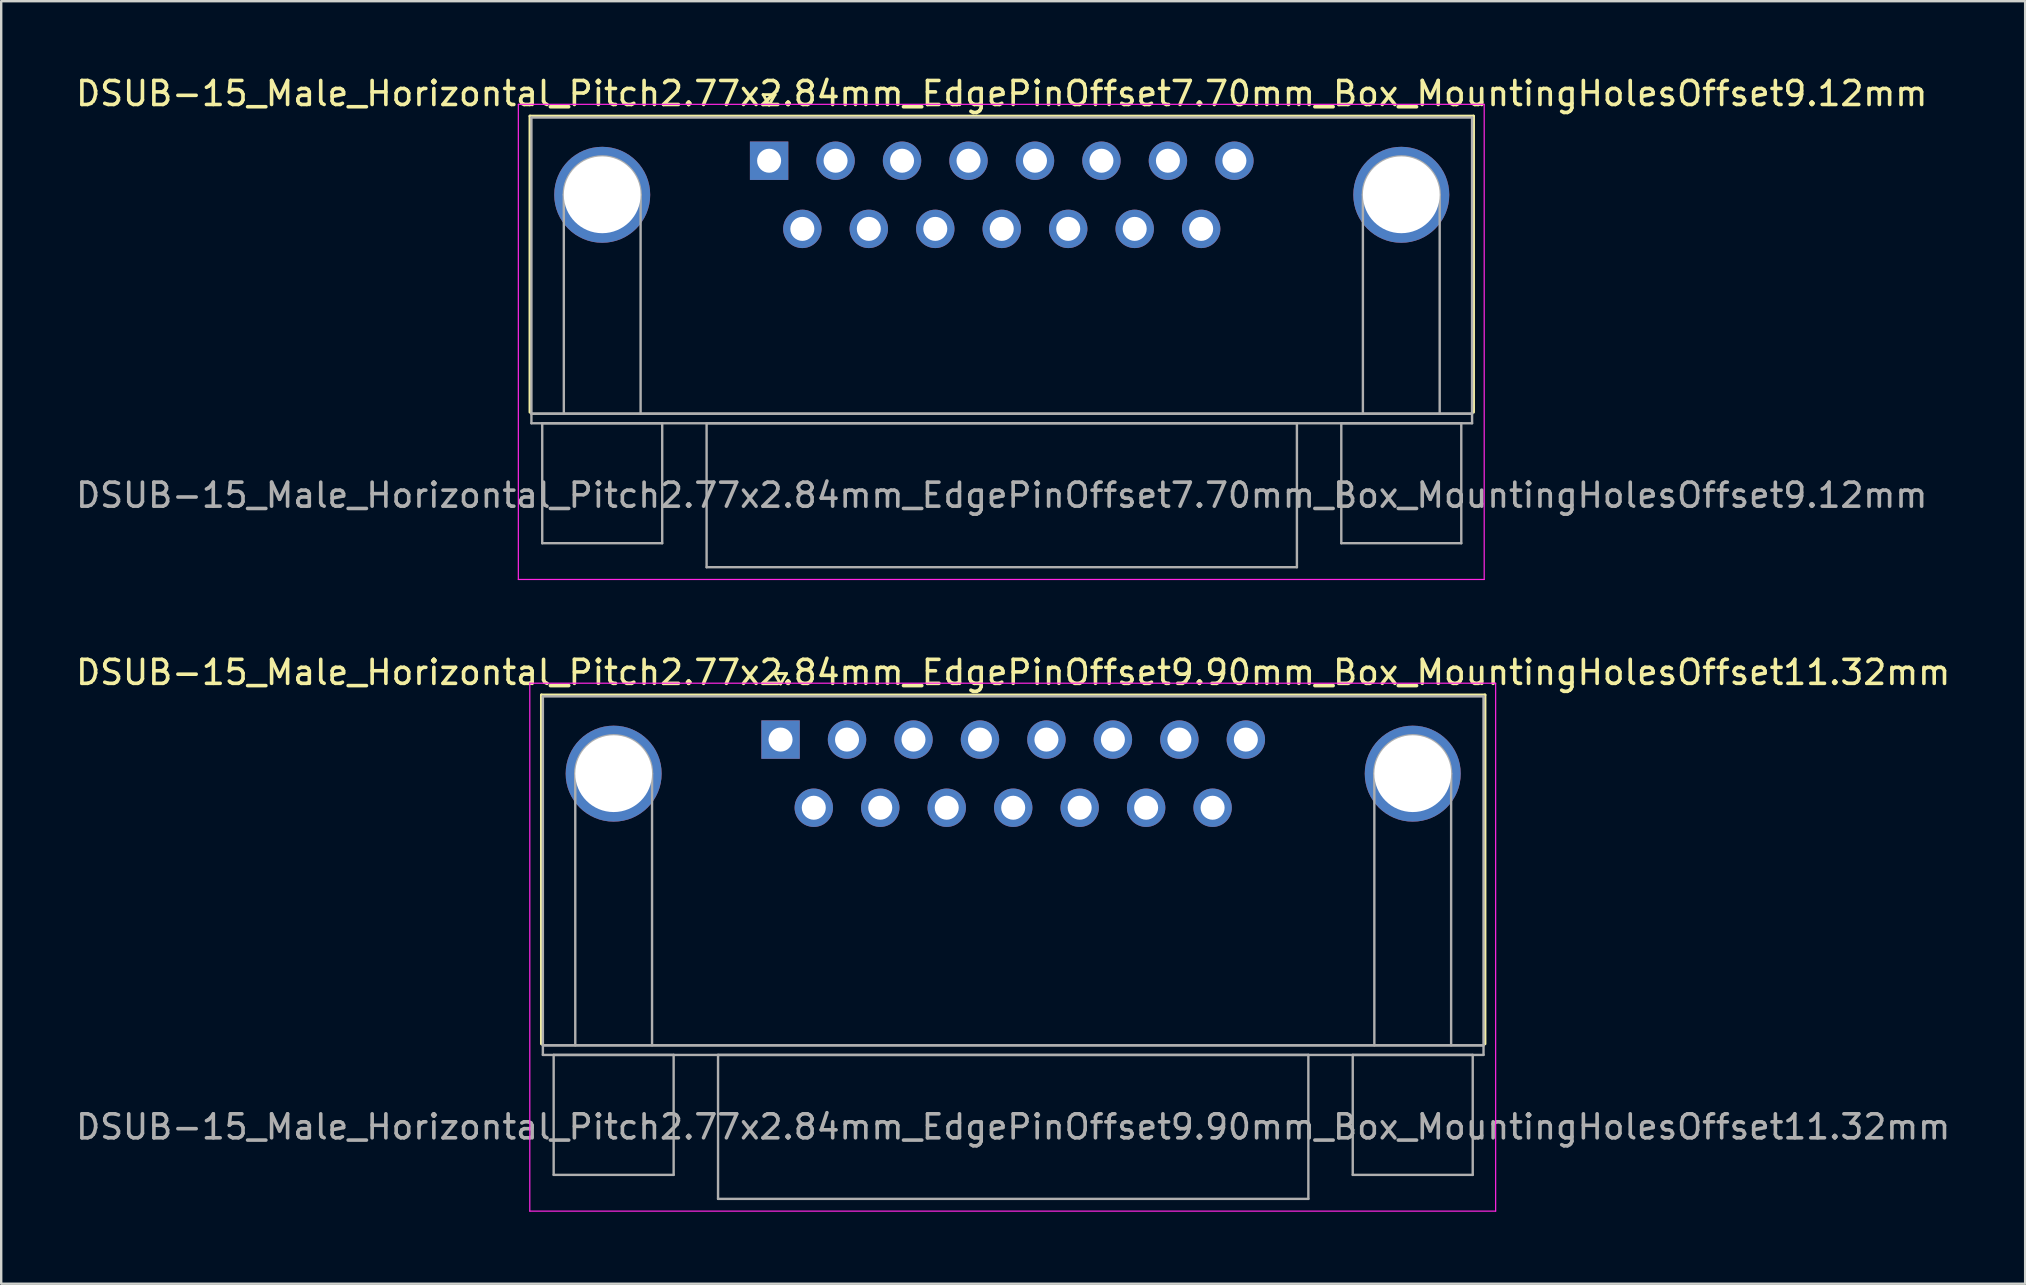
<source format=kicad_pcb>
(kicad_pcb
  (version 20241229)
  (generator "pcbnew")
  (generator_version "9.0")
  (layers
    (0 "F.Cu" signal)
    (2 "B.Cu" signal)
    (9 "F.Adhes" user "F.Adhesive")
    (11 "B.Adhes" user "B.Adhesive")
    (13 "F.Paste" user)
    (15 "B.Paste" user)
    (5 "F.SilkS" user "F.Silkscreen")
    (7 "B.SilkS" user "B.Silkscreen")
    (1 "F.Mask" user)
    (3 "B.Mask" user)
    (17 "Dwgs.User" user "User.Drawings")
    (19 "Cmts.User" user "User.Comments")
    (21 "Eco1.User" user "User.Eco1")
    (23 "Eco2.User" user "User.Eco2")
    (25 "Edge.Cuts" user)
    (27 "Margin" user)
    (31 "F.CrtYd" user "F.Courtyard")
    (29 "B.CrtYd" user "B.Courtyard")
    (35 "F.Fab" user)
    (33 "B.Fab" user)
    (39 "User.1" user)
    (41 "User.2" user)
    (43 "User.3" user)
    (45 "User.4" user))
  (footprint "DSUB-15_Male_Horizontal_Pitch2.77x2.84mm_EdgePinOffset7.70mm_Box_MountingHolesOffset9.12mm"
    (layer "F.Cu")
    (at 29.001 3.648)
    (property "Reference" "DSUB-15_Male_Horizontal_Pitch2.77x2.84mm_EdgePinOffset7.70mm_Box_MountingHolesOffset9.12mm" (at 9.695 -2.8 0) (layer "F.SilkS") (effects (font (size 1 1) (thickness 0.15))))
    (attr through_hole)
    (fp_line (start -9.965 -1.86) (end 29.355 -1.86) (stroke (width 0.12) (type solid)) (layer "F.SilkS"))
    (fp_line (start -9.965 10.48) (end -9.965 -1.86) (stroke (width 0.12) (type solid)) (layer "F.SilkS"))
    (fp_line (start -0.25 -2.754) (end 0.25 -2.754) (stroke (width 0.12) (type solid)) (layer "F.SilkS"))
    (fp_line (start 0 -2.321) (end -0.25 -2.754) (stroke (width 0.12) (type solid)) (layer "F.SilkS"))
    (fp_line (start 0.25 -2.754) (end 0 -2.321) (stroke (width 0.12) (type solid)) (layer "F.SilkS"))
    (fp_line (start 29.355 -1.86) (end 29.355 10.48) (stroke (width 0.12) (type solid)) (layer "F.SilkS"))
    (fp_line (start -10.45 -2.35) (end -10.45 17.45) (stroke (width 0.05) (type solid)) (layer "F.CrtYd"))
    (fp_line (start -10.45 17.45) (end 29.8 17.45) (stroke (width 0.05) (type solid)) (layer "F.CrtYd"))
    (fp_line (start 29.8 -2.35) (end -10.45 -2.35) (stroke (width 0.05) (type solid)) (layer "F.CrtYd"))
    (fp_line (start 29.8 17.45) (end 29.8 -2.35) (stroke (width 0.05) (type solid)) (layer "F.CrtYd"))
    (fp_line (start -9.905 -1.8) (end -9.905 10.54) (stroke (width 0.1) (type solid)) (layer "F.Fab"))
    (fp_line (start -9.905 10.54) (end -9.905 10.94) (stroke (width 0.1) (type solid)) (layer "F.Fab"))
    (fp_line (start -9.905 10.54) (end 29.295 10.54) (stroke (width 0.1) (type solid)) (layer "F.Fab"))
    (fp_line (start -9.905 10.94) (end 29.295 10.94) (stroke (width 0.1) (type solid)) (layer "F.Fab"))
    (fp_line (start -9.455 10.94) (end -9.455 15.94) (stroke (width 0.1) (type solid)) (layer "F.Fab"))
    (fp_line (start -9.455 15.94) (end -4.455 15.94) (stroke (width 0.1) (type solid)) (layer "F.Fab"))
    (fp_line (start -8.555 10.54) (end -8.555 1.42) (stroke (width 0.1) (type solid)) (layer "F.Fab"))
    (fp_line (start -5.355 10.54) (end -5.355 1.42) (stroke (width 0.1) (type solid)) (layer "F.Fab"))
    (fp_line (start -4.455 10.94) (end -9.455 10.94) (stroke (width 0.1) (type solid)) (layer "F.Fab"))
    (fp_line (start -4.455 15.94) (end -4.455 10.94) (stroke (width 0.1) (type solid)) (layer "F.Fab"))
    (fp_line (start -2.605 10.94) (end -2.605 16.94) (stroke (width 0.1) (type solid)) (layer "F.Fab"))
    (fp_line (start -2.605 16.94) (end 21.995 16.94) (stroke (width 0.1) (type solid)) (layer "F.Fab"))
    (fp_line (start 21.995 10.94) (end -2.605 10.94) (stroke (width 0.1) (type solid)) (layer "F.Fab"))
    (fp_line (start 21.995 16.94) (end 21.995 10.94) (stroke (width 0.1) (type solid)) (layer "F.Fab"))
    (fp_line (start 23.845 10.94) (end 23.845 15.94) (stroke (width 0.1) (type solid)) (layer "F.Fab"))
    (fp_line (start 23.845 15.94) (end 28.845 15.94) (stroke (width 0.1) (type solid)) (layer "F.Fab"))
    (fp_line (start 24.745 10.54) (end 24.745 1.42) (stroke (width 0.1) (type solid)) (layer "F.Fab"))
    (fp_line (start 27.945 10.54) (end 27.945 1.42) (stroke (width 0.1) (type solid)) (layer "F.Fab"))
    (fp_line (start 28.845 10.94) (end 23.845 10.94) (stroke (width 0.1) (type solid)) (layer "F.Fab"))
    (fp_line (start 28.845 15.94) (end 28.845 10.94) (stroke (width 0.1) (type solid)) (layer "F.Fab"))
    (fp_line (start 29.295 -1.8) (end -9.905 -1.8) (stroke (width 0.1) (type solid)) (layer "F.Fab"))
    (fp_line (start 29.295 10.54) (end -9.905 10.54) (stroke (width 0.1) (type solid)) (layer "F.Fab"))
    (fp_line (start 29.295 10.54) (end 29.295 -1.8) (stroke (width 0.1) (type solid)) (layer "F.Fab"))
    (fp_line (start 29.295 10.94) (end 29.295 10.54) (stroke (width 0.1) (type solid)) (layer "F.Fab"))
    (fp_arc (start -8.555 1.42) (mid -6.955 -0.18) (end -5.355 1.42) (stroke (width 0.1) (type solid)) (layer "F.Fab"))
    (fp_arc (start 24.745 1.42) (mid 26.345 -0.18) (end 27.945 1.42) (stroke (width 0.1) (type solid)) (layer "F.Fab"))
    (fp_text user "${REFERENCE}" (at 9.695 13.94 0) (layer "F.Fab") (effects (font (size 1 1) (thickness 0.15))))
    (pad "0" thru_hole circle (at -6.955 1.42) (size 4 4) (drill 3.2) (layers "*.Cu" "*.Mask"))
    (pad "0" thru_hole circle (at 26.345 1.42) (size 4 4) (drill 3.2) (layers "*.Cu" "*.Mask"))
    (pad "1" thru_hole rect (at 0 0) (size 1.6 1.6) (drill 1) (layers "*.Cu" "*.Mask"))
    (pad "2" thru_hole circle (at 2.77 0) (size 1.6 1.6) (drill 1) (layers "*.Cu" "*.Mask"))
    (pad "3" thru_hole circle (at 5.54 0) (size 1.6 1.6) (drill 1) (layers "*.Cu" "*.Mask"))
    (pad "4" thru_hole circle (at 8.31 0) (size 1.6 1.6) (drill 1) (layers "*.Cu" "*.Mask"))
    (pad "5" thru_hole circle (at 11.08 0) (size 1.6 1.6) (drill 1) (layers "*.Cu" "*.Mask"))
    (pad "6" thru_hole circle (at 13.85 0) (size 1.6 1.6) (drill 1) (layers "*.Cu" "*.Mask"))
    (pad "7" thru_hole circle (at 16.62 0) (size 1.6 1.6) (drill 1) (layers "*.Cu" "*.Mask"))
    (pad "8" thru_hole circle (at 19.39 0) (size 1.6 1.6) (drill 1) (layers "*.Cu" "*.Mask"))
    (pad "9" thru_hole circle (at 1.385 2.84) (size 1.6 1.6) (drill 1) (layers "*.Cu" "*.Mask"))
    (pad "10" thru_hole circle (at 4.155 2.84) (size 1.6 1.6) (drill 1) (layers "*.Cu" "*.Mask"))
    (pad "11" thru_hole circle (at 6.925 2.84) (size 1.6 1.6) (drill 1) (layers "*.Cu" "*.Mask"))
    (pad "12" thru_hole circle (at 9.695 2.84) (size 1.6 1.6) (drill 1) (layers "*.Cu" "*.Mask"))
    (pad "13" thru_hole circle (at 12.465 2.84) (size 1.6 1.6) (drill 1) (layers "*.Cu" "*.Mask"))
    (pad "14" thru_hole circle (at 15.235 2.84) (size 1.6 1.6) (drill 1) (layers "*.Cu" "*.Mask"))
    (pad "15" thru_hole circle (at 18.005 2.84) (size 1.6 1.6) (drill 1) (layers "*.Cu" "*.Mask")))
  (footprint "DSUB-15_Male_Horizontal_Pitch2.77x2.84mm_EdgePinOffset9.90mm_Box_MountingHolesOffset11.32mm"
    (layer "F.Cu")
    (at 29.478 27.771)
    (property "Reference" "DSUB-15_Male_Horizontal_Pitch2.77x2.84mm_EdgePinOffset9.90mm_Box_MountingHolesOffset11.32mm" (at 9.695 -2.8 0) (layer "F.SilkS") (effects (font (size 1 1) (thickness 0.15))))
    (attr through_hole)
    (fp_line (start -9.965 -1.86) (end 29.355 -1.86) (stroke (width 0.12) (type solid)) (layer "F.SilkS"))
    (fp_line (start -9.965 12.68) (end -9.965 -1.86) (stroke (width 0.12) (type solid)) (layer "F.SilkS"))
    (fp_line (start -0.25 -2.754) (end 0.25 -2.754) (stroke (width 0.12) (type solid)) (layer "F.SilkS"))
    (fp_line (start 0 -2.321) (end -0.25 -2.754) (stroke (width 0.12) (type solid)) (layer "F.SilkS"))
    (fp_line (start 0.25 -2.754) (end 0 -2.321) (stroke (width 0.12) (type solid)) (layer "F.SilkS"))
    (fp_line (start 29.355 -1.86) (end 29.355 12.68) (stroke (width 0.12) (type solid)) (layer "F.SilkS"))
    (fp_line (start -10.45 -2.35) (end -10.45 19.65) (stroke (width 0.05) (type solid)) (layer "F.CrtYd"))
    (fp_line (start -10.45 19.65) (end 29.8 19.65) (stroke (width 0.05) (type solid)) (layer "F.CrtYd"))
    (fp_line (start 29.8 -2.35) (end -10.45 -2.35) (stroke (width 0.05) (type solid)) (layer "F.CrtYd"))
    (fp_line (start 29.8 19.65) (end 29.8 -2.35) (stroke (width 0.05) (type solid)) (layer "F.CrtYd"))
    (fp_line (start -9.905 -1.8) (end -9.905 12.74) (stroke (width 0.1) (type solid)) (layer "F.Fab"))
    (fp_line (start -9.905 12.74) (end -9.905 13.14) (stroke (width 0.1) (type solid)) (layer "F.Fab"))
    (fp_line (start -9.905 12.74) (end 29.295 12.74) (stroke (width 0.1) (type solid)) (layer "F.Fab"))
    (fp_line (start -9.905 13.14) (end 29.295 13.14) (stroke (width 0.1) (type solid)) (layer "F.Fab"))
    (fp_line (start -9.455 13.14) (end -9.455 18.14) (stroke (width 0.1) (type solid)) (layer "F.Fab"))
    (fp_line (start -9.455 18.14) (end -4.455 18.14) (stroke (width 0.1) (type solid)) (layer "F.Fab"))
    (fp_line (start -8.555 12.74) (end -8.555 1.42) (stroke (width 0.1) (type solid)) (layer "F.Fab"))
    (fp_line (start -5.355 12.74) (end -5.355 1.42) (stroke (width 0.1) (type solid)) (layer "F.Fab"))
    (fp_line (start -4.455 13.14) (end -9.455 13.14) (stroke (width 0.1) (type solid)) (layer "F.Fab"))
    (fp_line (start -4.455 18.14) (end -4.455 13.14) (stroke (width 0.1) (type solid)) (layer "F.Fab"))
    (fp_line (start -2.605 13.14) (end -2.605 19.14) (stroke (width 0.1) (type solid)) (layer "F.Fab"))
    (fp_line (start -2.605 19.14) (end 21.995 19.14) (stroke (width 0.1) (type solid)) (layer "F.Fab"))
    (fp_line (start 21.995 13.14) (end -2.605 13.14) (stroke (width 0.1) (type solid)) (layer "F.Fab"))
    (fp_line (start 21.995 19.14) (end 21.995 13.14) (stroke (width 0.1) (type solid)) (layer "F.Fab"))
    (fp_line (start 23.845 13.14) (end 23.845 18.14) (stroke (width 0.1) (type solid)) (layer "F.Fab"))
    (fp_line (start 23.845 18.14) (end 28.845 18.14) (stroke (width 0.1) (type solid)) (layer "F.Fab"))
    (fp_line (start 24.745 12.74) (end 24.745 1.42) (stroke (width 0.1) (type solid)) (layer "F.Fab"))
    (fp_line (start 27.945 12.74) (end 27.945 1.42) (stroke (width 0.1) (type solid)) (layer "F.Fab"))
    (fp_line (start 28.845 13.14) (end 23.845 13.14) (stroke (width 0.1) (type solid)) (layer "F.Fab"))
    (fp_line (start 28.845 18.14) (end 28.845 13.14) (stroke (width 0.1) (type solid)) (layer "F.Fab"))
    (fp_line (start 29.295 -1.8) (end -9.905 -1.8) (stroke (width 0.1) (type solid)) (layer "F.Fab"))
    (fp_line (start 29.295 12.74) (end -9.905 12.74) (stroke (width 0.1) (type solid)) (layer "F.Fab"))
    (fp_line (start 29.295 12.74) (end 29.295 -1.8) (stroke (width 0.1) (type solid)) (layer "F.Fab"))
    (fp_line (start 29.295 13.14) (end 29.295 12.74) (stroke (width 0.1) (type solid)) (layer "F.Fab"))
    (fp_arc (start -8.555 1.42) (mid -6.955 -0.18) (end -5.355 1.42) (stroke (width 0.1) (type solid)) (layer "F.Fab"))
    (fp_arc (start 24.745 1.42) (mid 26.345 -0.18) (end 27.945 1.42) (stroke (width 0.1) (type solid)) (layer "F.Fab"))
    (fp_text user "${REFERENCE}" (at 9.695 16.14 0) (layer "F.Fab") (effects (font (size 1 1) (thickness 0.15))))
    (pad "0" thru_hole circle (at -6.955 1.42) (size 4 4) (drill 3.2) (layers "*.Cu" "*.Mask"))
    (pad "0" thru_hole circle (at 26.345 1.42) (size 4 4) (drill 3.2) (layers "*.Cu" "*.Mask"))
    (pad "1" thru_hole rect (at 0 0) (size 1.6 1.6) (drill 1) (layers "*.Cu" "*.Mask"))
    (pad "2" thru_hole circle (at 2.77 0) (size 1.6 1.6) (drill 1) (layers "*.Cu" "*.Mask"))
    (pad "3" thru_hole circle (at 5.54 0) (size 1.6 1.6) (drill 1) (layers "*.Cu" "*.Mask"))
    (pad "4" thru_hole circle (at 8.31 0) (size 1.6 1.6) (drill 1) (layers "*.Cu" "*.Mask"))
    (pad "5" thru_hole circle (at 11.08 0) (size 1.6 1.6) (drill 1) (layers "*.Cu" "*.Mask"))
    (pad "6" thru_hole circle (at 13.85 0) (size 1.6 1.6) (drill 1) (layers "*.Cu" "*.Mask"))
    (pad "7" thru_hole circle (at 16.62 0) (size 1.6 1.6) (drill 1) (layers "*.Cu" "*.Mask"))
    (pad "8" thru_hole circle (at 19.39 0) (size 1.6 1.6) (drill 1) (layers "*.Cu" "*.Mask"))
    (pad "9" thru_hole circle (at 1.385 2.84) (size 1.6 1.6) (drill 1) (layers "*.Cu" "*.Mask"))
    (pad "10" thru_hole circle (at 4.155 2.84) (size 1.6 1.6) (drill 1) (layers "*.Cu" "*.Mask"))
    (pad "11" thru_hole circle (at 6.925 2.84) (size 1.6 1.6) (drill 1) (layers "*.Cu" "*.Mask"))
    (pad "12" thru_hole circle (at 9.695 2.84) (size 1.6 1.6) (drill 1) (layers "*.Cu" "*.Mask"))
    (pad "13" thru_hole circle (at 12.465 2.84) (size 1.6 1.6) (drill 1) (layers "*.Cu" "*.Mask"))
    (pad "14" thru_hole circle (at 15.235 2.84) (size 1.6 1.6) (drill 1) (layers "*.Cu" "*.Mask"))
    (pad "15" thru_hole circle (at 18.005 2.84) (size 1.6 1.6) (drill 1) (layers "*.Cu" "*.Mask")))
  (gr_rect
    (start -3 -3)
    (end 81.345 50.447)
    (stroke (width 0.1) (type default))
    (fill no)
    (layer "Edge.Cuts")))
</source>
